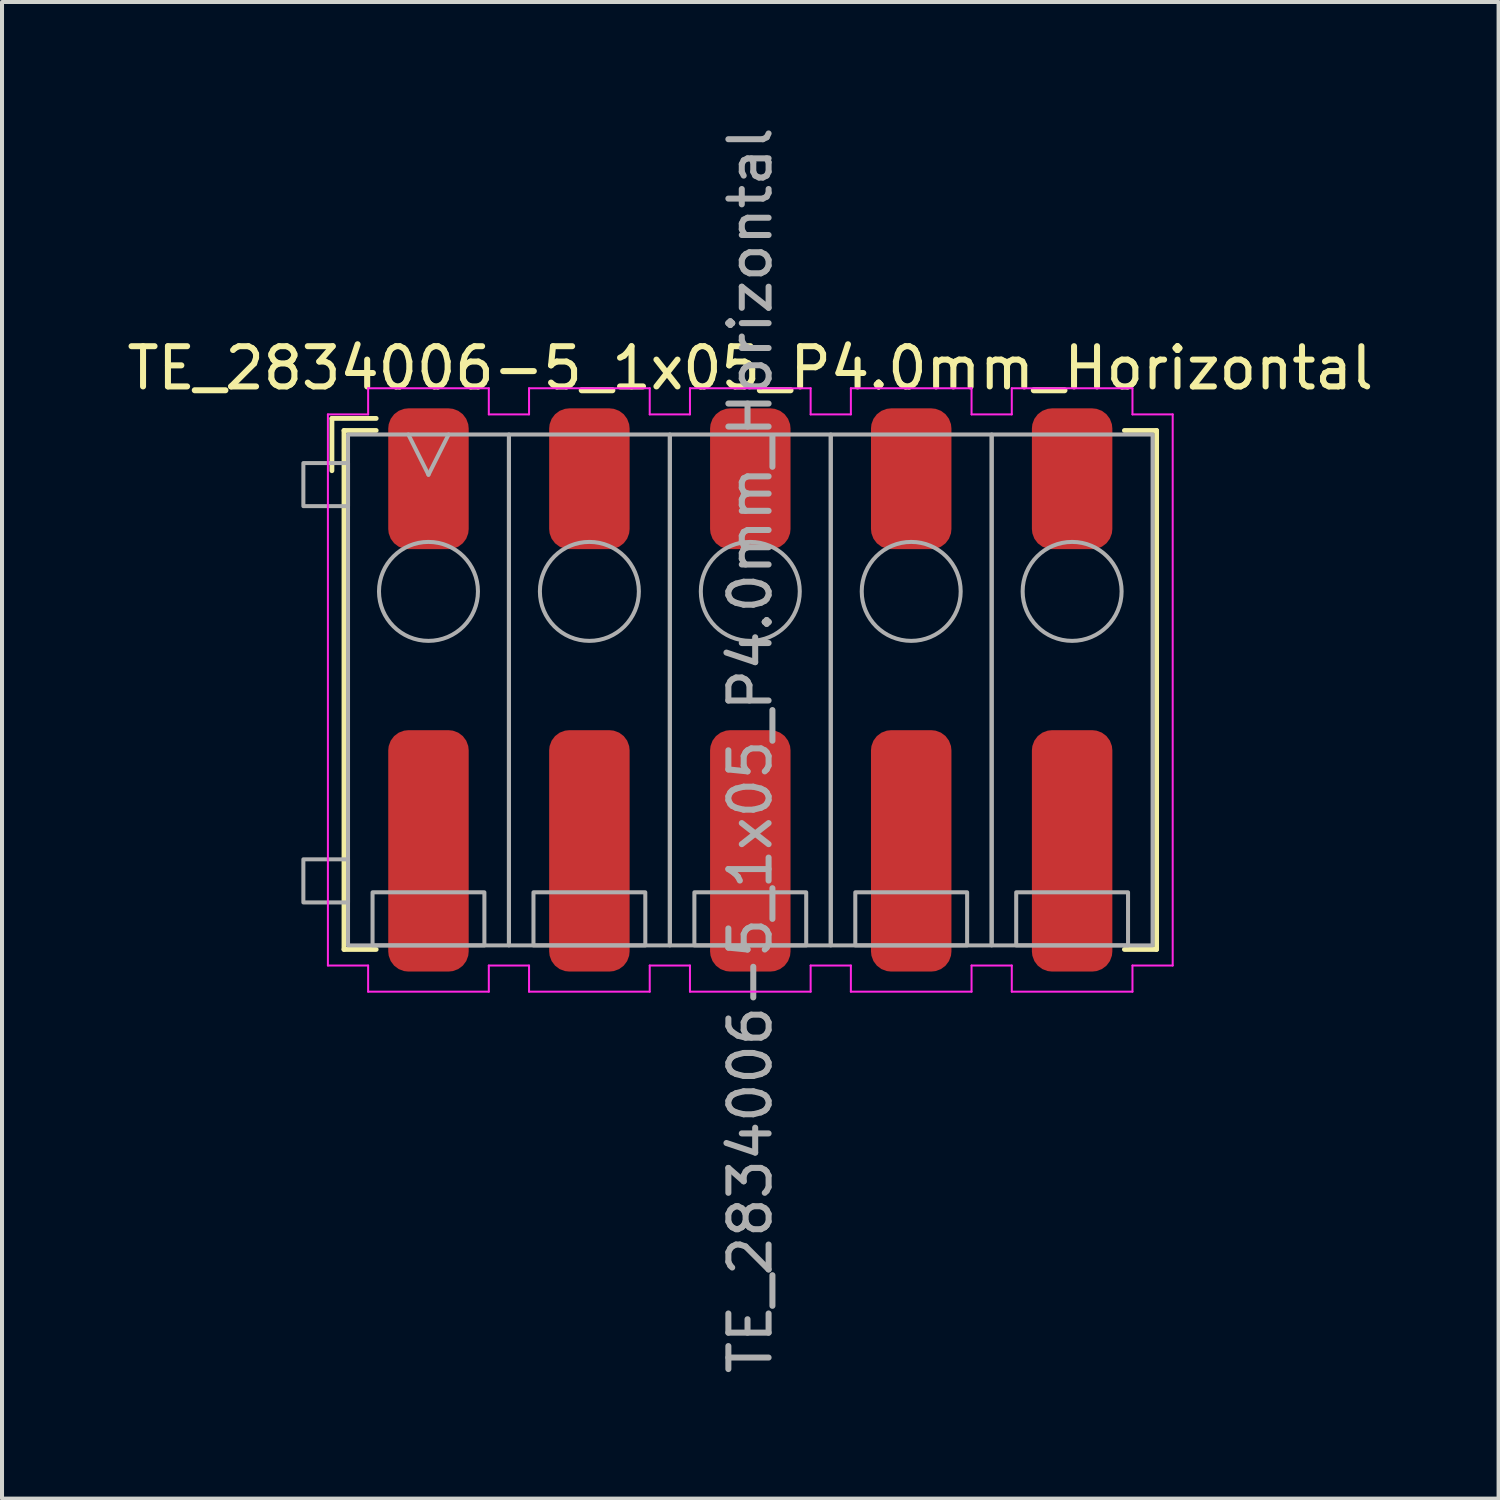
<source format=kicad_pcb>
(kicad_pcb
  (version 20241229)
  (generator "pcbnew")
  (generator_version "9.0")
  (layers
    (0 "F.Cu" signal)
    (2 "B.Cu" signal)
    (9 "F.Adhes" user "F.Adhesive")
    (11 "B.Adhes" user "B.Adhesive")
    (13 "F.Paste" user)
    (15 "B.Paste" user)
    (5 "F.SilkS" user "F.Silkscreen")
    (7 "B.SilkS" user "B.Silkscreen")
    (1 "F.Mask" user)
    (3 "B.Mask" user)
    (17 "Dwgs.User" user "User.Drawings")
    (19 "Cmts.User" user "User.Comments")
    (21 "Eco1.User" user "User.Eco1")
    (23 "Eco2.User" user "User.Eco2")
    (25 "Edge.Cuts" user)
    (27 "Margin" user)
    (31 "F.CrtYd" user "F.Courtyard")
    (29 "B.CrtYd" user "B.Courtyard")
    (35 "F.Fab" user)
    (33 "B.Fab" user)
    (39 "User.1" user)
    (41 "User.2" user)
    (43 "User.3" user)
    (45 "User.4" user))
  (footprint "TE_2834006-5_1x05_P4.0mm_Horizontal"
    (layer "F.Cu")
    (at 15.601 14.101)
    (property "Reference" "TE_2834006-5_1x05_P4.0mm_Horizontal" (at 0 -8 0) (unlocked yes) (layer "F.SilkS") (effects (font (size 1 1) (thickness 0.15))))
    (attr smd)
    (fp_line (start -10.4 -6.75) (end -10.4 -5.45) (stroke (width 0.12) (type solid)) (layer "F.SilkS"))
    (fp_line (start -10.1 -6.45) (end -9.3 -6.45) (stroke (width 0.12) (type solid)) (layer "F.SilkS"))
    (fp_line (start -10.1 6.45) (end -10.1 -6.45) (stroke (width 0.12) (type solid)) (layer "F.SilkS"))
    (fp_line (start -10.1 6.45) (end -9.3 6.45) (stroke (width 0.12) (type solid)) (layer "F.SilkS"))
    (fp_line (start -9.3 -6.75) (end -10.4 -6.75) (stroke (width 0.12) (type solid)) (layer "F.SilkS"))
    (fp_line (start 10.1 -6.45) (end 9.3 -6.45) (stroke (width 0.12) (type solid)) (layer "F.SilkS"))
    (fp_line (start 10.1 -6.45) (end 10.1 6.45) (stroke (width 0.12) (type solid)) (layer "F.SilkS"))
    (fp_line (start 10.1 6.45) (end 9.3 6.45) (stroke (width 0.12) (type solid)) (layer "F.SilkS"))
    (fp_line (start -10.5 -6.85) (end -10.5 6.85) (stroke (width 0.05) (type solid)) (layer "F.CrtYd"))
    (fp_line (start -10.5 -6.85) (end -9.5 -6.85) (stroke (width 0.05) (type solid)) (layer "F.CrtYd"))
    (fp_line (start -9.5 -7.5) (end -6.5 -7.5) (stroke (width 0.05) (type solid)) (layer "F.CrtYd"))
    (fp_line (start -9.5 -6.85) (end -9.5 -7.5) (stroke (width 0.05) (type solid)) (layer "F.CrtYd"))
    (fp_line (start -9.5 6.85) (end -10.5 6.85) (stroke (width 0.05) (type solid)) (layer "F.CrtYd"))
    (fp_line (start -9.5 7.5) (end -9.5 6.85) (stroke (width 0.05) (type solid)) (layer "F.CrtYd"))
    (fp_line (start -6.5 -7.5) (end -6.5 -6.85) (stroke (width 0.05) (type solid)) (layer "F.CrtYd"))
    (fp_line (start -6.5 -6.85) (end -5.5 -6.85) (stroke (width 0.05) (type solid)) (layer "F.CrtYd"))
    (fp_line (start -6.5 6.85) (end -6.5 7.5) (stroke (width 0.05) (type solid)) (layer "F.CrtYd"))
    (fp_line (start -6.5 7.5) (end -9.5 7.5) (stroke (width 0.05) (type solid)) (layer "F.CrtYd"))
    (fp_line (start -5.5 -7.5) (end -2.5 -7.5) (stroke (width 0.05) (type solid)) (layer "F.CrtYd"))
    (fp_line (start -5.5 -6.85) (end -5.5 -7.5) (stroke (width 0.05) (type solid)) (layer "F.CrtYd"))
    (fp_line (start -5.5 6.85) (end -6.5 6.85) (stroke (width 0.05) (type solid)) (layer "F.CrtYd"))
    (fp_line (start -5.5 7.5) (end -5.5 6.85) (stroke (width 0.05) (type solid)) (layer "F.CrtYd"))
    (fp_line (start -2.5 -7.5) (end -2.5 -6.85) (stroke (width 0.05) (type solid)) (layer "F.CrtYd"))
    (fp_line (start -2.5 -6.85) (end -1.5 -6.85) (stroke (width 0.05) (type solid)) (layer "F.CrtYd"))
    (fp_line (start -2.5 6.85) (end -2.5 7.5) (stroke (width 0.05) (type solid)) (layer "F.CrtYd"))
    (fp_line (start -2.5 7.5) (end -5.5 7.5) (stroke (width 0.05) (type solid)) (layer "F.CrtYd"))
    (fp_line (start -1.5 -7.5) (end 1.5 -7.5) (stroke (width 0.05) (type solid)) (layer "F.CrtYd"))
    (fp_line (start -1.5 -6.85) (end -1.5 -7.5) (stroke (width 0.05) (type solid)) (layer "F.CrtYd"))
    (fp_line (start -1.5 6.85) (end -2.5 6.85) (stroke (width 0.05) (type solid)) (layer "F.CrtYd"))
    (fp_line (start -1.5 7.5) (end -1.5 6.85) (stroke (width 0.05) (type solid)) (layer "F.CrtYd"))
    (fp_line (start 1.5 -7.5) (end 1.5 -6.85) (stroke (width 0.05) (type solid)) (layer "F.CrtYd"))
    (fp_line (start 1.5 -6.85) (end 2.5 -6.85) (stroke (width 0.05) (type solid)) (layer "F.CrtYd"))
    (fp_line (start 1.5 6.85) (end 1.5 7.5) (stroke (width 0.05) (type solid)) (layer "F.CrtYd"))
    (fp_line (start 1.5 7.5) (end -1.5 7.5) (stroke (width 0.05) (type solid)) (layer "F.CrtYd"))
    (fp_line (start 2.5 -7.5) (end 5.5 -7.5) (stroke (width 0.05) (type solid)) (layer "F.CrtYd"))
    (fp_line (start 2.5 -6.85) (end 2.5 -7.5) (stroke (width 0.05) (type solid)) (layer "F.CrtYd"))
    (fp_line (start 2.5 6.85) (end 1.5 6.85) (stroke (width 0.05) (type solid)) (layer "F.CrtYd"))
    (fp_line (start 2.5 7.5) (end 2.5 6.85) (stroke (width 0.05) (type solid)) (layer "F.CrtYd"))
    (fp_line (start 5.5 -7.5) (end 5.5 -6.85) (stroke (width 0.05) (type solid)) (layer "F.CrtYd"))
    (fp_line (start 5.5 -6.85) (end 6.5 -6.85) (stroke (width 0.05) (type solid)) (layer "F.CrtYd"))
    (fp_line (start 5.5 6.85) (end 5.5 7.5) (stroke (width 0.05) (type solid)) (layer "F.CrtYd"))
    (fp_line (start 5.5 7.5) (end 2.5 7.5) (stroke (width 0.05) (type solid)) (layer "F.CrtYd"))
    (fp_line (start 6.5 -7.5) (end 9.5 -7.5) (stroke (width 0.05) (type solid)) (layer "F.CrtYd"))
    (fp_line (start 6.5 -6.85) (end 6.5 -7.5) (stroke (width 0.05) (type solid)) (layer "F.CrtYd"))
    (fp_line (start 6.5 6.85) (end 5.5 6.85) (stroke (width 0.05) (type solid)) (layer "F.CrtYd"))
    (fp_line (start 6.5 7.5) (end 6.5 6.85) (stroke (width 0.05) (type solid)) (layer "F.CrtYd"))
    (fp_line (start 9.5 -7.5) (end 9.5 -6.85) (stroke (width 0.05) (type solid)) (layer "F.CrtYd"))
    (fp_line (start 9.5 -6.85) (end 10.5 -6.85) (stroke (width 0.05) (type solid)) (layer "F.CrtYd"))
    (fp_line (start 9.5 6.85) (end 9.5 7.5) (stroke (width 0.05) (type solid)) (layer "F.CrtYd"))
    (fp_line (start 9.5 7.5) (end 6.5 7.5) (stroke (width 0.05) (type solid)) (layer "F.CrtYd"))
    (fp_line (start 10.5 -6.85) (end 10.5 6.85) (stroke (width 0.05) (type solid)) (layer "F.CrtYd"))
    (fp_line (start 10.5 6.85) (end 9.5 6.85) (stroke (width 0.05) (type solid)) (layer "F.CrtYd"))
    (fp_line (start -8 -5.35) (end -8.5 -6.35) (stroke (width 0.1) (type solid)) (layer "F.Fab"))
    (fp_line (start -7.5 -6.35) (end -8 -5.35) (stroke (width 0.1) (type solid)) (layer "F.Fab"))
    (fp_rect (start -11.11 -5.64) (end -10 -4.569) (stroke (width 0.1) (type solid)) (fill no) (layer "F.Fab"))
    (fp_rect (start -11.11 4.21) (end -10 5.282) (stroke (width 0.1) (type solid)) (fill no) (layer "F.Fab"))
    (fp_rect (start -10 -6.35) (end -6 6.35) (stroke (width 0.1) (type solid)) (fill no) (layer "F.Fab"))
    (fp_rect (start -9.39 5.03) (end -6.61 6.35) (stroke (width 0.1) (type solid)) (fill no) (layer "F.Fab"))
    (fp_rect (start -6 -6.35) (end -2 6.35) (stroke (width 0.1) (type solid)) (fill no) (layer "F.Fab"))
    (fp_rect (start -5.39 5.03) (end -2.61 6.35) (stroke (width 0.1) (type solid)) (fill no) (layer "F.Fab"))
    (fp_rect (start -2 -6.35) (end 2 6.35) (stroke (width 0.1) (type solid)) (fill no) (layer "F.Fab"))
    (fp_rect (start -1.39 5.03) (end 1.39 6.35) (stroke (width 0.1) (type solid)) (fill no) (layer "F.Fab"))
    (fp_rect (start 2 -6.35) (end 6 6.35) (stroke (width 0.1) (type solid)) (fill no) (layer "F.Fab"))
    (fp_rect (start 2.61 5.03) (end 5.39 6.35) (stroke (width 0.1) (type solid)) (fill no) (layer "F.Fab"))
    (fp_rect (start 6 -6.35) (end 10 6.35) (stroke (width 0.1) (type solid)) (fill no) (layer "F.Fab"))
    (fp_rect (start 6.61 5.03) (end 9.39 6.35) (stroke (width 0.1) (type solid)) (fill no) (layer "F.Fab"))
    (fp_circle (center -8 -2.45) (end -6.77 -2.45) (stroke (width 0.1) (type solid)) (fill no) (layer "F.Fab"))
    (fp_circle (center -4 -2.45) (end -2.77 -2.45) (stroke (width 0.1) (type solid)) (fill no) (layer "F.Fab"))
    (fp_circle (center 0 -2.45) (end 1.23 -2.45) (stroke (width 0.1) (type solid)) (fill no) (layer "F.Fab"))
    (fp_circle (center 4 -2.45) (end 5.23 -2.45) (stroke (width 0.1) (type solid)) (fill no) (layer "F.Fab"))
    (fp_circle (center 8 -2.45) (end 9.23 -2.45) (stroke (width 0.1) (type solid)) (fill no) (layer "F.Fab"))
    (fp_text user "${REFERENCE}" (at 0 1.5 90) (unlocked yes) (layer "F.Fab") (effects (font (size 1 1) (thickness 0.15))))
    (pad "1" smd roundrect (at -8 -5.25) (size 2 3.5) (layers "F.Cu" "F.Mask" "F.Paste") (roundrect_rratio 0.25))
    (pad "1" smd roundrect (at -8 4) (size 2 6) (layers "F.Cu" "F.Mask" "F.Paste") (roundrect_rratio 0.25))
    (pad "2" smd roundrect (at -4 -5.25) (size 2 3.5) (layers "F.Cu" "F.Mask" "F.Paste") (roundrect_rratio 0.25))
    (pad "2" smd roundrect (at -4 4) (size 2 6) (layers "F.Cu" "F.Mask" "F.Paste") (roundrect_rratio 0.25))
    (pad "3" smd roundrect (at 0 -5.25) (size 2 3.5) (layers "F.Cu" "F.Mask" "F.Paste") (roundrect_rratio 0.25))
    (pad "3" smd roundrect (at 0 4) (size 2 6) (layers "F.Cu" "F.Mask" "F.Paste") (roundrect_rratio 0.25))
    (pad "4" smd roundrect (at 4 -5.25) (size 2 3.5) (layers "F.Cu" "F.Mask" "F.Paste") (roundrect_rratio 0.25))
    (pad "4" smd roundrect (at 4 4) (size 2 6) (layers "F.Cu" "F.Mask" "F.Paste") (roundrect_rratio 0.25))
    (pad "5" smd roundrect (at 8 -5.25) (size 2 3.5) (layers "F.Cu" "F.Mask" "F.Paste") (roundrect_rratio 0.25))
    (pad "5" smd roundrect (at 8 4) (size 2 6) (layers "F.Cu" "F.Mask" "F.Paste") (roundrect_rratio 0.25)))
  (gr_rect
    (start -3 -3)
    (end 34.202 34.202)
    (stroke (width 0.1) (type default))
    (fill no)
    (layer "Edge.Cuts")))
</source>
